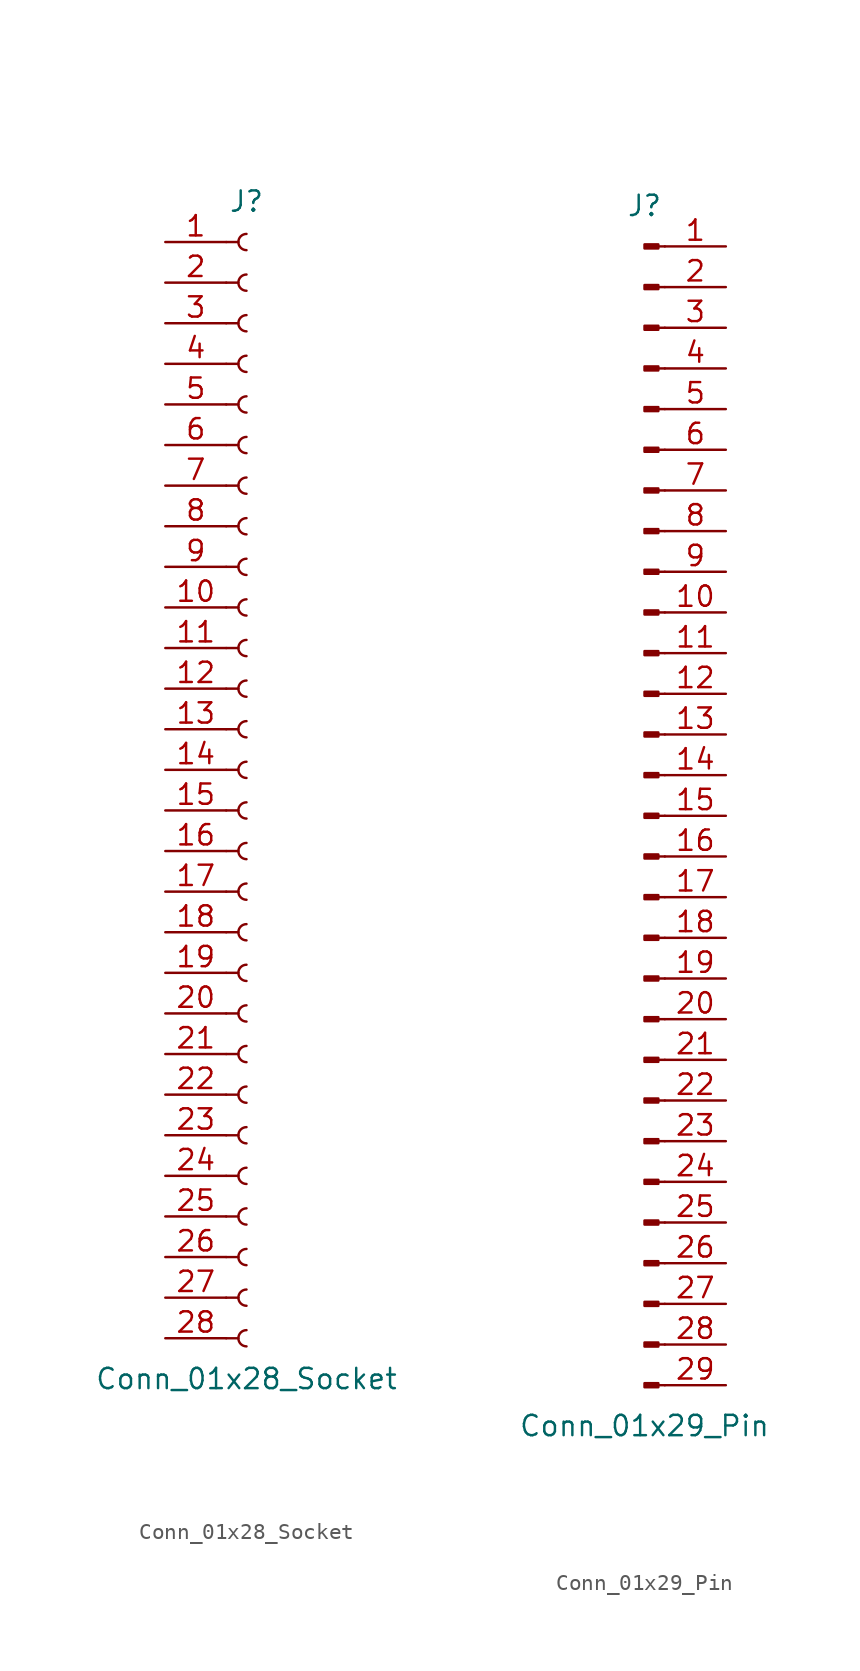
<source format=kicad_sym>
(kicad_symbol_lib
  (version 20241209)
  (generator "kicad_symbol_editor")
  (generator_version "9.0")
  (symbol "Conn_01x28_Socket"
    (pin_names
      (offset 1.016)
      (hide yes))
    (property "Reference" "J"
      (at 0 35.56 0)
      (effects (font (size 1.27 1.27))))
    (property "Value" "Conn_01x28_Socket"
      (at 0 -38.1 0)
      (effects (font (size 1.27 1.27))))
    (property "ki_locked" ""
      (at 0 0 0)
      (effects (font (size 1.27 1.27))))
    (symbol "Conn_01x28_Socket_1_1"
      (polyline (pts (xy -1.27 33.02) (xy -0.508 33.02)) (stroke (width 0.152) (type default)) (fill (type none)))
      (polyline (pts (xy -1.27 30.48) (xy -0.508 30.48)) (stroke (width 0.152) (type default)) (fill (type none)))
      (polyline (pts (xy -1.27 27.94) (xy -0.508 27.94)) (stroke (width 0.152) (type default)) (fill (type none)))
      (polyline (pts (xy -1.27 25.4) (xy -0.508 25.4)) (stroke (width 0.152) (type default)) (fill (type none)))
      (polyline (pts (xy -1.27 22.86) (xy -0.508 22.86)) (stroke (width 0.152) (type default)) (fill (type none)))
      (polyline (pts (xy -1.27 20.32) (xy -0.508 20.32)) (stroke (width 0.152) (type default)) (fill (type none)))
      (polyline (pts (xy -1.27 17.78) (xy -0.508 17.78)) (stroke (width 0.152) (type default)) (fill (type none)))
      (polyline (pts (xy -1.27 15.24) (xy -0.508 15.24)) (stroke (width 0.152) (type default)) (fill (type none)))
      (polyline (pts (xy -1.27 12.7) (xy -0.508 12.7)) (stroke (width 0.152) (type default)) (fill (type none)))
      (polyline (pts (xy -1.27 10.16) (xy -0.508 10.16)) (stroke (width 0.152) (type default)) (fill (type none)))
      (polyline (pts (xy -1.27 7.62) (xy -0.508 7.62)) (stroke (width 0.152) (type default)) (fill (type none)))
      (polyline (pts (xy -1.27 5.08) (xy -0.508 5.08)) (stroke (width 0.152) (type default)) (fill (type none)))
      (polyline (pts (xy -1.27 2.54) (xy -0.508 2.54)) (stroke (width 0.152) (type default)) (fill (type none)))
      (polyline (pts (xy -1.27 0) (xy -0.508 0)) (stroke (width 0.152) (type default)) (fill (type none)))
      (polyline (pts (xy -1.27 -2.54) (xy -0.508 -2.54)) (stroke (width 0.152) (type default)) (fill (type none)))
      (polyline (pts (xy -1.27 -5.08) (xy -0.508 -5.08)) (stroke (width 0.152) (type default)) (fill (type none)))
      (polyline (pts (xy -1.27 -7.62) (xy -0.508 -7.62)) (stroke (width 0.152) (type default)) (fill (type none)))
      (polyline (pts (xy -1.27 -10.16) (xy -0.508 -10.16)) (stroke (width 0.152) (type default)) (fill (type none)))
      (polyline (pts (xy -1.27 -12.7) (xy -0.508 -12.7)) (stroke (width 0.152) (type default)) (fill (type none)))
      (polyline (pts (xy -1.27 -15.24) (xy -0.508 -15.24)) (stroke (width 0.152) (type default)) (fill (type none)))
      (polyline (pts (xy -1.27 -17.78) (xy -0.508 -17.78)) (stroke (width 0.152) (type default)) (fill (type none)))
      (polyline (pts (xy -1.27 -20.32) (xy -0.508 -20.32)) (stroke (width 0.152) (type default)) (fill (type none)))
      (polyline (pts (xy -1.27 -22.86) (xy -0.508 -22.86)) (stroke (width 0.152) (type default)) (fill (type none)))
      (polyline (pts (xy -1.27 -25.4) (xy -0.508 -25.4)) (stroke (width 0.152) (type default)) (fill (type none)))
      (polyline (pts (xy -1.27 -27.94) (xy -0.508 -27.94)) (stroke (width 0.152) (type default)) (fill (type none)))
      (polyline (pts (xy -1.27 -30.48) (xy -0.508 -30.48)) (stroke (width 0.152) (type default)) (fill (type none)))
      (polyline (pts (xy -1.27 -33.02) (xy -0.508 -33.02)) (stroke (width 0.152) (type default)) (fill (type none)))
      (polyline (pts (xy -1.27 -35.56) (xy -0.508 -35.56)) (stroke (width 0.152) (type default)) (fill (type none)))
      (arc (start 0 32.512) (mid -0.5058 33.02) (end 0 33.528) (stroke (width 0.1524) (type default)) (fill (type none)))
      (arc (start 0 29.972) (mid -0.5058 30.48) (end 0 30.988) (stroke (width 0.1524) (type default)) (fill (type none)))
      (arc (start 0 27.432) (mid -0.5058 27.94) (end 0 28.448) (stroke (width 0.1524) (type default)) (fill (type none)))
      (arc (start 0 24.892) (mid -0.5058 25.4) (end 0 25.908) (stroke (width 0.1524) (type default)) (fill (type none)))
      (arc (start 0 22.352) (mid -0.5058 22.86) (end 0 23.368) (stroke (width 0.1524) (type default)) (fill (type none)))
      (arc (start 0 19.812) (mid -0.5058 20.32) (end 0 20.828) (stroke (width 0.1524) (type default)) (fill (type none)))
      (arc (start 0 17.272) (mid -0.5058 17.78) (end 0 18.288) (stroke (width 0.1524) (type default)) (fill (type none)))
      (arc (start 0 14.732) (mid -0.5058 15.24) (end 0 15.748) (stroke (width 0.1524) (type default)) (fill (type none)))
      (arc (start 0 12.192) (mid -0.5058 12.7) (end 0 13.208) (stroke (width 0.1524) (type default)) (fill (type none)))
      (arc (start 0 9.652) (mid -0.5058 10.16) (end 0 10.668) (stroke (width 0.1524) (type default)) (fill (type none)))
      (arc (start 0 7.112) (mid -0.5058 7.62) (end 0 8.128) (stroke (width 0.1524) (type default)) (fill (type none)))
      (arc (start 0 4.572) (mid -0.5058 5.08) (end 0 5.588) (stroke (width 0.1524) (type default)) (fill (type none)))
      (arc (start 0 2.032) (mid -0.5058 2.54) (end 0 3.048) (stroke (width 0.1524) (type default)) (fill (type none)))
      (arc (start 0 -0.508) (mid -0.5058 0) (end 0 0.508) (stroke (width 0.1524) (type default)) (fill (type none)))
      (arc (start 0 -3.048) (mid -0.5058 -2.54) (end 0 -2.032) (stroke (width 0.1524) (type default)) (fill (type none)))
      (arc (start 0 -5.588) (mid -0.5058 -5.08) (end 0 -4.572) (stroke (width 0.1524) (type default)) (fill (type none)))
      (arc (start 0 -8.128) (mid -0.5058 -7.62) (end 0 -7.112) (stroke (width 0.1524) (type default)) (fill (type none)))
      (arc (start 0 -10.668) (mid -0.5058 -10.16) (end 0 -9.652) (stroke (width 0.1524) (type default)) (fill (type none)))
      (arc (start 0 -13.208) (mid -0.5058 -12.7) (end 0 -12.192) (stroke (width 0.1524) (type default)) (fill (type none)))
      (arc (start 0 -15.748) (mid -0.5058 -15.24) (end 0 -14.732) (stroke (width 0.1524) (type default)) (fill (type none)))
      (arc (start 0 -18.288) (mid -0.5058 -17.78) (end 0 -17.272) (stroke (width 0.1524) (type default)) (fill (type none)))
      (arc (start 0 -20.828) (mid -0.5058 -20.32) (end 0 -19.812) (stroke (width 0.1524) (type default)) (fill (type none)))
      (arc (start 0 -23.368) (mid -0.5058 -22.86) (end 0 -22.352) (stroke (width 0.1524) (type default)) (fill (type none)))
      (arc (start 0 -25.908) (mid -0.5058 -25.4) (end 0 -24.892) (stroke (width 0.1524) (type default)) (fill (type none)))
      (arc (start 0 -28.448) (mid -0.5058 -27.94) (end 0 -27.432) (stroke (width 0.1524) (type default)) (fill (type none)))
      (arc (start 0 -30.988) (mid -0.5058 -30.48) (end 0 -29.972) (stroke (width 0.1524) (type default)) (fill (type none)))
      (arc (start 0 -33.528) (mid -0.5058 -33.02) (end 0 -32.512) (stroke (width 0.1524) (type default)) (fill (type none)))
      (arc (start 0 -36.068) (mid -0.5058 -35.56) (end 0 -35.052) (stroke (width 0.1524) (type default)) (fill (type none)))
      (pin passive line (at -5.08 33.02 0) (length 3.81) (name "Pin_1" (effects (font (size 1.27 1.27)))) (number "1" (effects (font (size 1.27 1.27)))))
      (pin passive line (at -5.08 30.48 0) (length 3.81) (name "Pin_2" (effects (font (size 1.27 1.27)))) (number "2" (effects (font (size 1.27 1.27)))))
      (pin passive line (at -5.08 27.94 0) (length 3.81) (name "Pin_3" (effects (font (size 1.27 1.27)))) (number "3" (effects (font (size 1.27 1.27)))))
      (pin passive line (at -5.08 25.4 0) (length 3.81) (name "Pin_4" (effects (font (size 1.27 1.27)))) (number "4" (effects (font (size 1.27 1.27)))))
      (pin passive line (at -5.08 22.86 0) (length 3.81) (name "Pin_5" (effects (font (size 1.27 1.27)))) (number "5" (effects (font (size 1.27 1.27)))))
      (pin passive line (at -5.08 20.32 0) (length 3.81) (name "Pin_6" (effects (font (size 1.27 1.27)))) (number "6" (effects (font (size 1.27 1.27)))))
      (pin passive line (at -5.08 17.78 0) (length 3.81) (name "Pin_7" (effects (font (size 1.27 1.27)))) (number "7" (effects (font (size 1.27 1.27)))))
      (pin passive line (at -5.08 15.24 0) (length 3.81) (name "Pin_8" (effects (font (size 1.27 1.27)))) (number "8" (effects (font (size 1.27 1.27)))))
      (pin passive line (at -5.08 12.7 0) (length 3.81) (name "Pin_9" (effects (font (size 1.27 1.27)))) (number "9" (effects (font (size 1.27 1.27)))))
      (pin passive line (at -5.08 10.16 0) (length 3.81) (name "Pin_10" (effects (font (size 1.27 1.27)))) (number "10" (effects (font (size 1.27 1.27)))))
      (pin passive line (at -5.08 7.62 0) (length 3.81) (name "Pin_11" (effects (font (size 1.27 1.27)))) (number "11" (effects (font (size 1.27 1.27)))))
      (pin passive line (at -5.08 5.08 0) (length 3.81) (name "Pin_12" (effects (font (size 1.27 1.27)))) (number "12" (effects (font (size 1.27 1.27)))))
      (pin passive line (at -5.08 2.54 0) (length 3.81) (name "Pin_13" (effects (font (size 1.27 1.27)))) (number "13" (effects (font (size 1.27 1.27)))))
      (pin passive line (at -5.08 0 0) (length 3.81) (name "Pin_14" (effects (font (size 1.27 1.27)))) (number "14" (effects (font (size 1.27 1.27)))))
      (pin passive line (at -5.08 -2.54 0) (length 3.81) (name "Pin_15" (effects (font (size 1.27 1.27)))) (number "15" (effects (font (size 1.27 1.27)))))
      (pin passive line (at -5.08 -5.08 0) (length 3.81) (name "Pin_16" (effects (font (size 1.27 1.27)))) (number "16" (effects (font (size 1.27 1.27)))))
      (pin passive line (at -5.08 -7.62 0) (length 3.81) (name "Pin_17" (effects (font (size 1.27 1.27)))) (number "17" (effects (font (size 1.27 1.27)))))
      (pin passive line (at -5.08 -10.16 0) (length 3.81) (name "Pin_18" (effects (font (size 1.27 1.27)))) (number "18" (effects (font (size 1.27 1.27)))))
      (pin passive line (at -5.08 -12.7 0) (length 3.81) (name "Pin_19" (effects (font (size 1.27 1.27)))) (number "19" (effects (font (size 1.27 1.27)))))
      (pin passive line (at -5.08 -15.24 0) (length 3.81) (name "Pin_20" (effects (font (size 1.27 1.27)))) (number "20" (effects (font (size 1.27 1.27)))))
      (pin passive line (at -5.08 -17.78 0) (length 3.81) (name "Pin_21" (effects (font (size 1.27 1.27)))) (number "21" (effects (font (size 1.27 1.27)))))
      (pin passive line (at -5.08 -20.32 0) (length 3.81) (name "Pin_22" (effects (font (size 1.27 1.27)))) (number "22" (effects (font (size 1.27 1.27)))))
      (pin passive line (at -5.08 -22.86 0) (length 3.81) (name "Pin_23" (effects (font (size 1.27 1.27)))) (number "23" (effects (font (size 1.27 1.27)))))
      (pin passive line (at -5.08 -25.4 0) (length 3.81) (name "Pin_24" (effects (font (size 1.27 1.27)))) (number "24" (effects (font (size 1.27 1.27)))))
      (pin passive line (at -5.08 -27.94 0) (length 3.81) (name "Pin_25" (effects (font (size 1.27 1.27)))) (number "25" (effects (font (size 1.27 1.27)))))
      (pin passive line (at -5.08 -30.48 0) (length 3.81) (name "Pin_26" (effects (font (size 1.27 1.27)))) (number "26" (effects (font (size 1.27 1.27)))))
      (pin passive line (at -5.08 -33.02 0) (length 3.81) (name "Pin_27" (effects (font (size 1.27 1.27)))) (number "27" (effects (font (size 1.27 1.27)))))
      (pin passive line (at -5.08 -35.56 0) (length 3.81) (name "Pin_28" (effects (font (size 1.27 1.27)))) (number "28" (effects (font (size 1.27 1.27)))))))
  (symbol "Conn_01x29_Pin"
    (pin_names
      (offset 1.016)
      (hide yes))
    (property "Reference" "J"
      (at 0 38.1 0)
      (effects (font (size 1.27 1.27))))
    (property "Value" "Conn_01x29_Pin"
      (at 0 -38.1 0)
      (effects (font (size 1.27 1.27))))
    (property "ki_locked" ""
      (at 0 0 0)
      (effects (font (size 1.27 1.27))))
    (symbol "Conn_01x29_Pin_1_1"
      (rectangle (start 0.864 35.687) (end 0 35.433) (stroke (width 0.152) (type default)) (fill (type outline)))
      (rectangle (start 0.864 33.147) (end 0 32.893) (stroke (width 0.152) (type default)) (fill (type outline)))
      (rectangle (start 0.864 30.607) (end 0 30.353) (stroke (width 0.152) (type default)) (fill (type outline)))
      (rectangle (start 0.864 28.067) (end 0 27.813) (stroke (width 0.152) (type default)) (fill (type outline)))
      (rectangle (start 0.864 25.527) (end 0 25.273) (stroke (width 0.152) (type default)) (fill (type outline)))
      (rectangle (start 0.864 22.987) (end 0 22.733) (stroke (width 0.152) (type default)) (fill (type outline)))
      (rectangle (start 0.864 20.447) (end 0 20.193) (stroke (width 0.152) (type default)) (fill (type outline)))
      (rectangle (start 0.864 17.907) (end 0 17.653) (stroke (width 0.152) (type default)) (fill (type outline)))
      (rectangle (start 0.864 15.367) (end 0 15.113) (stroke (width 0.152) (type default)) (fill (type outline)))
      (rectangle (start 0.864 12.827) (end 0 12.573) (stroke (width 0.152) (type default)) (fill (type outline)))
      (rectangle (start 0.864 10.287) (end 0 10.033) (stroke (width 0.152) (type default)) (fill (type outline)))
      (rectangle (start 0.864 7.747) (end 0 7.493) (stroke (width 0.152) (type default)) (fill (type outline)))
      (rectangle (start 0.864 5.207) (end 0 4.953) (stroke (width 0.152) (type default)) (fill (type outline)))
      (rectangle (start 0.864 2.667) (end 0 2.413) (stroke (width 0.152) (type default)) (fill (type outline)))
      (rectangle (start 0.864 0.127) (end 0 -0.127) (stroke (width 0.152) (type default)) (fill (type outline)))
      (rectangle (start 0.864 -2.413) (end 0 -2.667) (stroke (width 0.152) (type default)) (fill (type outline)))
      (rectangle (start 0.864 -4.953) (end 0 -5.207) (stroke (width 0.152) (type default)) (fill (type outline)))
      (rectangle (start 0.864 -7.493) (end 0 -7.747) (stroke (width 0.152) (type default)) (fill (type outline)))
      (rectangle (start 0.864 -10.033) (end 0 -10.287) (stroke (width 0.152) (type default)) (fill (type outline)))
      (rectangle (start 0.864 -12.573) (end 0 -12.827) (stroke (width 0.152) (type default)) (fill (type outline)))
      (rectangle (start 0.864 -15.113) (end 0 -15.367) (stroke (width 0.152) (type default)) (fill (type outline)))
      (rectangle (start 0.864 -17.653) (end 0 -17.907) (stroke (width 0.152) (type default)) (fill (type outline)))
      (rectangle (start 0.864 -20.193) (end 0 -20.447) (stroke (width 0.152) (type default)) (fill (type outline)))
      (rectangle (start 0.864 -22.733) (end 0 -22.987) (stroke (width 0.152) (type default)) (fill (type outline)))
      (rectangle (start 0.864 -25.273) (end 0 -25.527) (stroke (width 0.152) (type default)) (fill (type outline)))
      (rectangle (start 0.864 -27.813) (end 0 -28.067) (stroke (width 0.152) (type default)) (fill (type outline)))
      (rectangle (start 0.864 -30.353) (end 0 -30.607) (stroke (width 0.152) (type default)) (fill (type outline)))
      (rectangle (start 0.864 -32.893) (end 0 -33.147) (stroke (width 0.152) (type default)) (fill (type outline)))
      (rectangle (start 0.864 -35.433) (end 0 -35.687) (stroke (width 0.152) (type default)) (fill (type outline)))
      (polyline (pts (xy 1.27 35.56) (xy 0.864 35.56)) (stroke (width 0.152) (type default)) (fill (type none)))
      (polyline (pts (xy 1.27 33.02) (xy 0.864 33.02)) (stroke (width 0.152) (type default)) (fill (type none)))
      (polyline (pts (xy 1.27 30.48) (xy 0.864 30.48)) (stroke (width 0.152) (type default)) (fill (type none)))
      (polyline (pts (xy 1.27 27.94) (xy 0.864 27.94)) (stroke (width 0.152) (type default)) (fill (type none)))
      (polyline (pts (xy 1.27 25.4) (xy 0.864 25.4)) (stroke (width 0.152) (type default)) (fill (type none)))
      (polyline (pts (xy 1.27 22.86) (xy 0.864 22.86)) (stroke (width 0.152) (type default)) (fill (type none)))
      (polyline (pts (xy 1.27 20.32) (xy 0.864 20.32)) (stroke (width 0.152) (type default)) (fill (type none)))
      (polyline (pts (xy 1.27 17.78) (xy 0.864 17.78)) (stroke (width 0.152) (type default)) (fill (type none)))
      (polyline (pts (xy 1.27 15.24) (xy 0.864 15.24)) (stroke (width 0.152) (type default)) (fill (type none)))
      (polyline (pts (xy 1.27 12.7) (xy 0.864 12.7)) (stroke (width 0.152) (type default)) (fill (type none)))
      (polyline (pts (xy 1.27 10.16) (xy 0.864 10.16)) (stroke (width 0.152) (type default)) (fill (type none)))
      (polyline (pts (xy 1.27 7.62) (xy 0.864 7.62)) (stroke (width 0.152) (type default)) (fill (type none)))
      (polyline (pts (xy 1.27 5.08) (xy 0.864 5.08)) (stroke (width 0.152) (type default)) (fill (type none)))
      (polyline (pts (xy 1.27 2.54) (xy 0.864 2.54)) (stroke (width 0.152) (type default)) (fill (type none)))
      (polyline (pts (xy 1.27 0) (xy 0.864 0)) (stroke (width 0.152) (type default)) (fill (type none)))
      (polyline (pts (xy 1.27 -2.54) (xy 0.864 -2.54)) (stroke (width 0.152) (type default)) (fill (type none)))
      (polyline (pts (xy 1.27 -5.08) (xy 0.864 -5.08)) (stroke (width 0.152) (type default)) (fill (type none)))
      (polyline (pts (xy 1.27 -7.62) (xy 0.864 -7.62)) (stroke (width 0.152) (type default)) (fill (type none)))
      (polyline (pts (xy 1.27 -10.16) (xy 0.864 -10.16)) (stroke (width 0.152) (type default)) (fill (type none)))
      (polyline (pts (xy 1.27 -12.7) (xy 0.864 -12.7)) (stroke (width 0.152) (type default)) (fill (type none)))
      (polyline (pts (xy 1.27 -15.24) (xy 0.864 -15.24)) (stroke (width 0.152) (type default)) (fill (type none)))
      (polyline (pts (xy 1.27 -17.78) (xy 0.864 -17.78)) (stroke (width 0.152) (type default)) (fill (type none)))
      (polyline (pts (xy 1.27 -20.32) (xy 0.864 -20.32)) (stroke (width 0.152) (type default)) (fill (type none)))
      (polyline (pts (xy 1.27 -22.86) (xy 0.864 -22.86)) (stroke (width 0.152) (type default)) (fill (type none)))
      (polyline (pts (xy 1.27 -25.4) (xy 0.864 -25.4)) (stroke (width 0.152) (type default)) (fill (type none)))
      (polyline (pts (xy 1.27 -27.94) (xy 0.864 -27.94)) (stroke (width 0.152) (type default)) (fill (type none)))
      (polyline (pts (xy 1.27 -30.48) (xy 0.864 -30.48)) (stroke (width 0.152) (type default)) (fill (type none)))
      (polyline (pts (xy 1.27 -33.02) (xy 0.864 -33.02)) (stroke (width 0.152) (type default)) (fill (type none)))
      (polyline (pts (xy 1.27 -35.56) (xy 0.864 -35.56)) (stroke (width 0.152) (type default)) (fill (type none)))
      (pin passive line (at 5.08 35.56 180) (length 3.81) (name "Pin_1" (effects (font (size 1.27 1.27)))) (number "1" (effects (font (size 1.27 1.27)))))
      (pin passive line (at 5.08 33.02 180) (length 3.81) (name "Pin_2" (effects (font (size 1.27 1.27)))) (number "2" (effects (font (size 1.27 1.27)))))
      (pin passive line (at 5.08 30.48 180) (length 3.81) (name "Pin_3" (effects (font (size 1.27 1.27)))) (number "3" (effects (font (size 1.27 1.27)))))
      (pin passive line (at 5.08 27.94 180) (length 3.81) (name "Pin_4" (effects (font (size 1.27 1.27)))) (number "4" (effects (font (size 1.27 1.27)))))
      (pin passive line (at 5.08 25.4 180) (length 3.81) (name "Pin_5" (effects (font (size 1.27 1.27)))) (number "5" (effects (font (size 1.27 1.27)))))
      (pin passive line (at 5.08 22.86 180) (length 3.81) (name "Pin_6" (effects (font (size 1.27 1.27)))) (number "6" (effects (font (size 1.27 1.27)))))
      (pin passive line (at 5.08 20.32 180) (length 3.81) (name "Pin_7" (effects (font (size 1.27 1.27)))) (number "7" (effects (font (size 1.27 1.27)))))
      (pin passive line (at 5.08 17.78 180) (length 3.81) (name "Pin_8" (effects (font (size 1.27 1.27)))) (number "8" (effects (font (size 1.27 1.27)))))
      (pin passive line (at 5.08 15.24 180) (length 3.81) (name "Pin_9" (effects (font (size 1.27 1.27)))) (number "9" (effects (font (size 1.27 1.27)))))
      (pin passive line (at 5.08 12.7 180) (length 3.81) (name "Pin_10" (effects (font (size 1.27 1.27)))) (number "10" (effects (font (size 1.27 1.27)))))
      (pin passive line (at 5.08 10.16 180) (length 3.81) (name "Pin_11" (effects (font (size 1.27 1.27)))) (number "11" (effects (font (size 1.27 1.27)))))
      (pin passive line (at 5.08 7.62 180) (length 3.81) (name "Pin_12" (effects (font (size 1.27 1.27)))) (number "12" (effects (font (size 1.27 1.27)))))
      (pin passive line (at 5.08 5.08 180) (length 3.81) (name "Pin_13" (effects (font (size 1.27 1.27)))) (number "13" (effects (font (size 1.27 1.27)))))
      (pin passive line (at 5.08 2.54 180) (length 3.81) (name "Pin_14" (effects (font (size 1.27 1.27)))) (number "14" (effects (font (size 1.27 1.27)))))
      (pin passive line (at 5.08 0 180) (length 3.81) (name "Pin_15" (effects (font (size 1.27 1.27)))) (number "15" (effects (font (size 1.27 1.27)))))
      (pin passive line (at 5.08 -2.54 180) (length 3.81) (name "Pin_16" (effects (font (size 1.27 1.27)))) (number "16" (effects (font (size 1.27 1.27)))))
      (pin passive line (at 5.08 -5.08 180) (length 3.81) (name "Pin_17" (effects (font (size 1.27 1.27)))) (number "17" (effects (font (size 1.27 1.27)))))
      (pin passive line (at 5.08 -7.62 180) (length 3.81) (name "Pin_18" (effects (font (size 1.27 1.27)))) (number "18" (effects (font (size 1.27 1.27)))))
      (pin passive line (at 5.08 -10.16 180) (length 3.81) (name "Pin_19" (effects (font (size 1.27 1.27)))) (number "19" (effects (font (size 1.27 1.27)))))
      (pin passive line (at 5.08 -12.7 180) (length 3.81) (name "Pin_20" (effects (font (size 1.27 1.27)))) (number "20" (effects (font (size 1.27 1.27)))))
      (pin passive line (at 5.08 -15.24 180) (length 3.81) (name "Pin_21" (effects (font (size 1.27 1.27)))) (number "21" (effects (font (size 1.27 1.27)))))
      (pin passive line (at 5.08 -17.78 180) (length 3.81) (name "Pin_22" (effects (font (size 1.27 1.27)))) (number "22" (effects (font (size 1.27 1.27)))))
      (pin passive line (at 5.08 -20.32 180) (length 3.81) (name "Pin_23" (effects (font (size 1.27 1.27)))) (number "23" (effects (font (size 1.27 1.27)))))
      (pin passive line (at 5.08 -22.86 180) (length 3.81) (name "Pin_24" (effects (font (size 1.27 1.27)))) (number "24" (effects (font (size 1.27 1.27)))))
      (pin passive line (at 5.08 -25.4 180) (length 3.81) (name "Pin_25" (effects (font (size 1.27 1.27)))) (number "25" (effects (font (size 1.27 1.27)))))
      (pin passive line (at 5.08 -27.94 180) (length 3.81) (name "Pin_26" (effects (font (size 1.27 1.27)))) (number "26" (effects (font (size 1.27 1.27)))))
      (pin passive line (at 5.08 -30.48 180) (length 3.81) (name "Pin_27" (effects (font (size 1.27 1.27)))) (number "27" (effects (font (size 1.27 1.27)))))
      (pin passive line (at 5.08 -33.02 180) (length 3.81) (name "Pin_28" (effects (font (size 1.27 1.27)))) (number "28" (effects (font (size 1.27 1.27)))))
      (pin passive line (at 5.08 -35.56 180) (length 3.81) (name "Pin_29" (effects (font (size 1.27 1.27)))) (number "29" (effects (font (size 1.27 1.27))))))))
</source>
